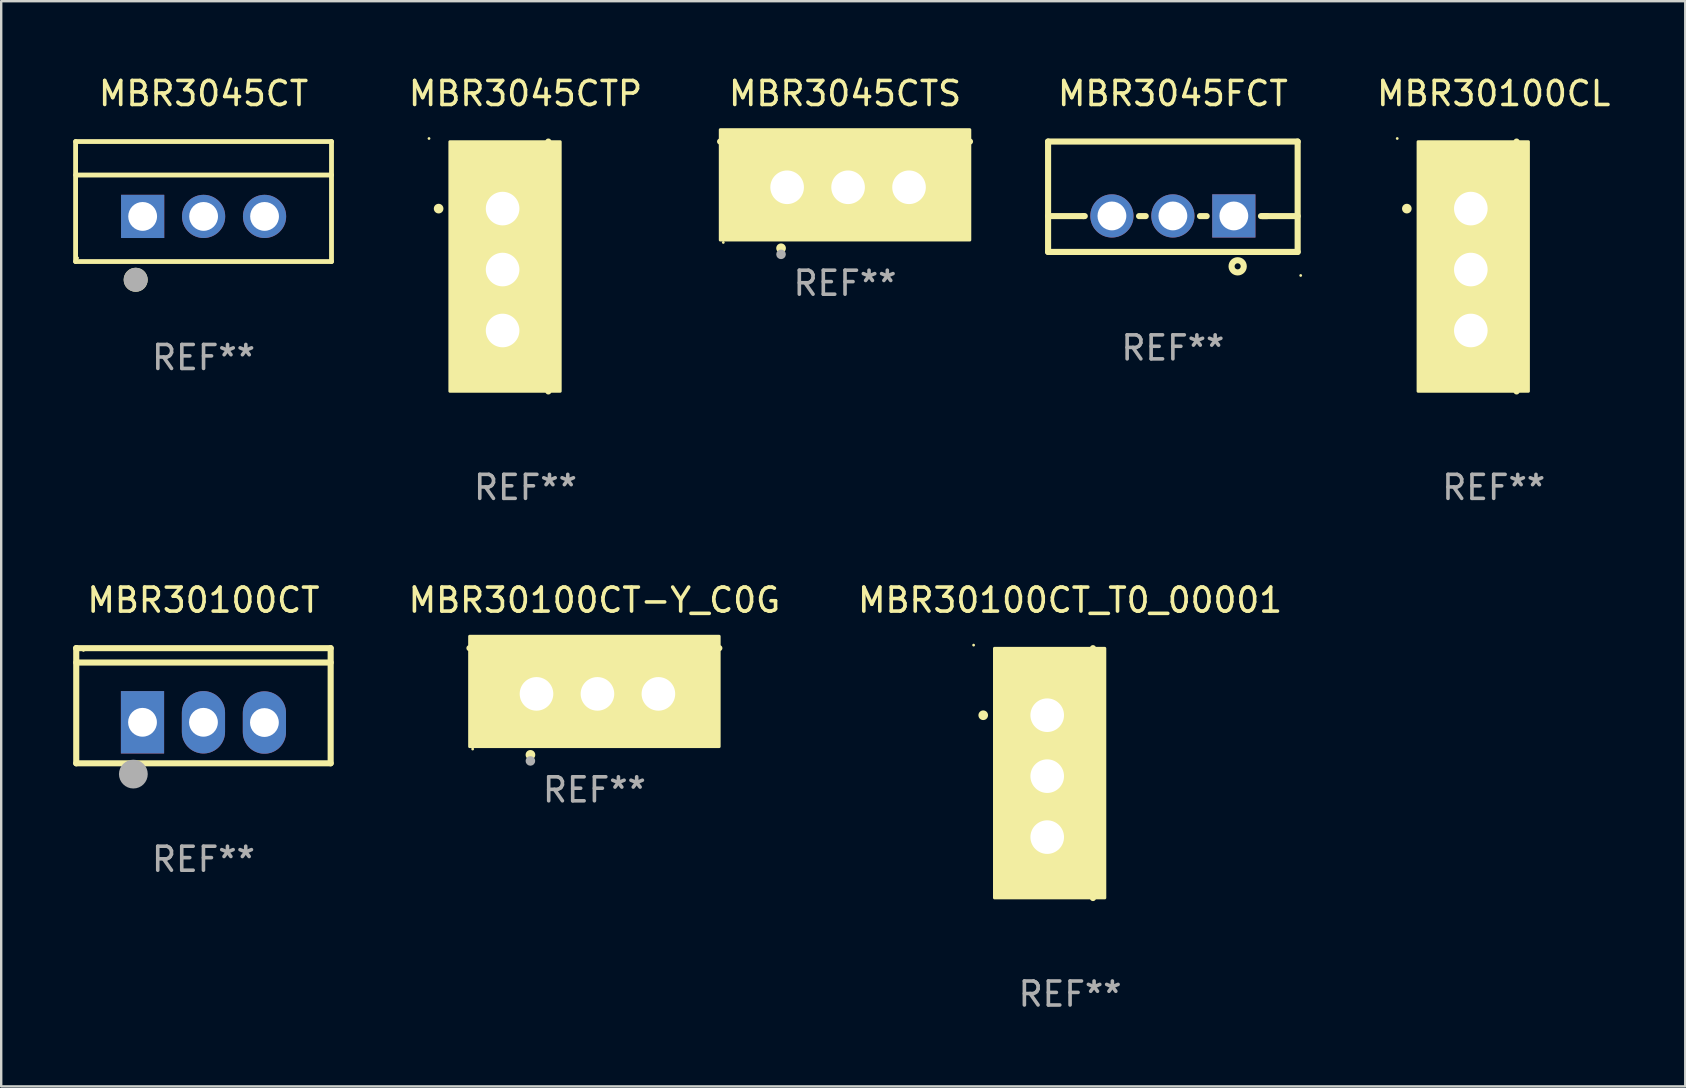
<source format=kicad_pcb>
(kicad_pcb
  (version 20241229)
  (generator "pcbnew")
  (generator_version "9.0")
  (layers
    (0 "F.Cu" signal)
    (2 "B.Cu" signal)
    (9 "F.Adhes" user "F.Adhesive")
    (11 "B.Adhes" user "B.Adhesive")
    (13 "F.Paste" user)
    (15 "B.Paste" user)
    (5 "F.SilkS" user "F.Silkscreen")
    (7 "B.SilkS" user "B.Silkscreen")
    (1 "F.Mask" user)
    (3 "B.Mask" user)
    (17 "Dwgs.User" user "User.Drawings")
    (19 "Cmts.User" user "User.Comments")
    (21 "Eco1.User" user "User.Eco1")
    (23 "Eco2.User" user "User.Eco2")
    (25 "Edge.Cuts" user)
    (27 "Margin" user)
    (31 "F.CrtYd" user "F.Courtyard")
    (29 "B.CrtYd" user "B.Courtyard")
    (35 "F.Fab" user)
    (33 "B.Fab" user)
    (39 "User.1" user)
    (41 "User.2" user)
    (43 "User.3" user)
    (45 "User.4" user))
  (footprint "MBR30100CT-Y_C0G"
    (layer "F.Cu")
    (at 21.719 24.911)
    (property "Reference" "MBR30100CT-Y_C0G" (at 0 -2.953 0) (layer "F.SilkS") (effects (font (size 1 1) (thickness 0.15))))
    (attr through_hole)
    (fp_line (start 5.207 -0.953) (end -5.207 -0.953) (stroke (width 0.254) (type solid)) (layer "F.SilkS"))
    (fp_arc (start -2.66698 3.49252) (mid -2.66571 3.492516) (end -2.66444 3.49252) (stroke (width 0.4) (type solid)) (layer "F.SilkS"))
    (fp_circle (center -5.073 3.252) (end -5.043 3.252) (stroke (width 0.06) (type solid)) (fill no) (layer "F.SilkS"))
    (fp_poly (pts (xy -5.2 -1.448) (xy 5.2 -1.448) (xy 5.2 3.152) (xy -5.2 3.152)) (stroke (width 0.12) (type solid)) (fill yes) (layer "F.SilkS"))
    (fp_circle (center -2.667 3.747) (end -2.567 3.747) (stroke (width 0.2) (type solid)) (fill no) (layer "F.Fab"))
    (fp_text user "REF**" (at 0 4.953 0) (layer "F.Fab") (effects (font (size 1 1) (thickness 0.15))))
    (pad "1" thru_hole rect (at -2.413 0.953) (size 2 2.5) (drill 1.4) (layers "*.Cu" "*.Mask"))
    (pad "2" thru_hole oval (at 0.127 0.953) (size 2 2.5) (drill 1.4) (layers "*.Cu" "*.Mask"))
    (pad "3" thru_hole oval (at 2.667 0.953) (size 2 2.5) (drill 1.4) (layers "*.Cu" "*.Mask")))
  (footprint "MBR30100CT_T0_00001"
    (layer "F.Cu")
    (at 41.541 29.166)
    (property "Reference" "MBR30100CT_T0_00001" (at 0 -7.207 0) (layer "F.SilkS") (effects (font (size 1 1) (thickness 0.15))))
    (attr through_hole)
    (fp_line (start 0.953 5.207) (end 0.953 -5.207) (stroke (width 0.254) (type solid)) (layer "F.SilkS"))
    (fp_arc (start -3.619507 -2.410465) (mid -3.619511 -2.411735) (end -3.619507 -2.413005) (stroke (width 0.4) (type solid)) (layer "F.SilkS"))
    (fp_circle (center -4.02 -5.334) (end -3.99 -5.334) (stroke (width 0.06) (type solid)) (fill no) (layer "F.SilkS"))
    (fp_poly (pts (xy -3.152 -5.2) (xy 1.448 -5.2) (xy 1.448 5.2) (xy -3.152 5.2)) (stroke (width 0.12) (type solid)) (fill yes) (layer "F.SilkS"))
    (fp_text user "REF**" (at 0 9.207 0) (layer "F.Fab") (effects (font (size 1 1) (thickness 0.15))))
    (pad "1" thru_hole rect (at -0.953 -2.413 270) (size 2 2.5) (drill 1.4) (layers "*.Cu" "*.Mask"))
    (pad "2" thru_hole oval (at -0.953 0.127 270) (size 2 2.5) (drill 1.4) (layers "*.Cu" "*.Mask"))
    (pad "3" thru_hole oval (at -0.953 2.667 270) (size 2 2.5) (drill 1.4) (layers "*.Cu" "*.Mask")))
  (footprint "MBR30100CT"
    (layer "F.Cu")
    (at 5.428 26.358)
    (property "Reference" "MBR30100CT" (at 0 -4.399 0) (layer "F.SilkS") (effects (font (size 1 1) (thickness 0.15))))
    (attr through_hole)
    (fp_line (start -5.301 -2.399) (end 5.301 -2.399) (stroke (width 0.254) (type solid)) (layer "F.SilkS"))
    (fp_line (start -5.301 -2.394) (end -5.301 -2.399) (stroke (width 0.254) (type solid)) (layer "F.SilkS"))
    (fp_line (start -5.301 2.399) (end -5.301 -2.394) (stroke (width 0.254) (type solid)) (layer "F.SilkS"))
    (fp_line (start 5.3 -1.8) (end -5.3 -1.8) (stroke (width 0.254) (type solid)) (layer "F.SilkS"))
    (fp_line (start 5.301 -2.399) (end 5.301 2.399) (stroke (width 0.254) (type solid)) (layer "F.SilkS"))
    (fp_line (start 5.301 2.399) (end -5.301 2.399) (stroke (width 0.254) (type solid)) (layer "F.SilkS"))
    (fp_arc (start -2.769977 3.025032) (mid -2.768707 3.025028) (end -2.767437 3.025032) (stroke (width 0.4) (type solid)) (layer "F.SilkS"))
    (fp_circle (center -5 -2.305) (end -4.97 -2.305) (stroke (width 0.06) (type solid)) (fill no) (layer "F.SilkS"))
    (fp_circle (center -2.921 2.849) (end -2.621 2.849) (stroke (width 0.6) (type solid)) (fill no) (layer "F.Fab"))
    (fp_text user "REF**" (at 0 6.399 0) (layer "F.Fab") (effects (font (size 1 1) (thickness 0.15))))
    (pad "1" thru_hole rect (at -2.54 0.69) (size 1.8 2.6) (drill 1.2) (layers "*.Cu" "*.Mask"))
    (pad "2" thru_hole oval (at 0 0.69) (size 1.8 2.6) (drill 1.2) (layers "*.Cu" "*.Mask"))
    (pad "3" thru_hole oval (at 2.54 0.7) (size 1.8 2.6) (drill 1.2) (layers "*.Cu" "*.Mask")))
  (footprint "MBR30100CL"
    (layer "F.Cu")
    (at 59.193 8.055)
    (property "Reference" "MBR30100CL" (at 0 -7.207 0) (layer "F.SilkS") (effects (font (size 1 1) (thickness 0.15))))
    (attr through_hole)
    (fp_line (start 0.953 5.207) (end 0.953 -5.207) (stroke (width 0.254) (type solid)) (layer "F.SilkS"))
    (fp_arc (start -3.619507 -2.410465) (mid -3.619511 -2.411735) (end -3.619507 -2.413005) (stroke (width 0.4) (type solid)) (layer "F.SilkS"))
    (fp_circle (center -4.02 -5.334) (end -3.99 -5.334) (stroke (width 0.06) (type solid)) (fill no) (layer "F.SilkS"))
    (fp_poly (pts (xy -3.152 -5.2) (xy 1.448 -5.2) (xy 1.448 5.2) (xy -3.152 5.2)) (stroke (width 0.12) (type solid)) (fill yes) (layer "F.SilkS"))
    (fp_text user "REF**" (at 0 9.207 0) (layer "F.Fab") (effects (font (size 1 1) (thickness 0.15))))
    (pad "1" thru_hole rect (at -0.953 -2.413 270) (size 2 2.5) (drill 1.4) (layers "*.Cu" "*.Mask"))
    (pad "2" thru_hole oval (at -0.953 0.127 270) (size 2 2.5) (drill 1.4) (layers "*.Cu" "*.Mask"))
    (pad "3" thru_hole oval (at -0.953 2.667 270) (size 2 2.5) (drill 1.4) (layers "*.Cu" "*.Mask")))
  (footprint "MBR3045CT"
    (layer "F.Cu")
    (at 5.432 5.348)
    (property "Reference" "MBR3045CT" (at 0 -4.5 0) (layer "F.SilkS") (effects (font (size 1 1) (thickness 0.15))))
    (attr through_hole)
    (fp_line (start -5.332 2.5) (end -5.332 -2.5) (stroke (width 0.201) (type solid)) (layer "F.SilkS"))
    (fp_line (start -5.328 -2.5) (end 5.332 -2.5) (stroke (width 0.201) (type solid)) (layer "F.SilkS"))
    (fp_line (start -5.328 -1.104) (end 5.332 -1.104) (stroke (width 0.201) (type solid)) (layer "F.SilkS"))
    (fp_line (start 5.332 -2.5) (end 5.332 2.5) (stroke (width 0.201) (type solid)) (layer "F.SilkS"))
    (fp_line (start 5.332 2.5) (end -5.332 2.5) (stroke (width 0.201) (type solid)) (layer "F.SilkS"))
    (fp_circle (center -5.248 2.35) (end -5.218 2.35) (stroke (width 0.06) (type solid)) (fill no) (layer "F.SilkS"))
    (fp_circle (center -2.828 3.26) (end -2.578 3.26) (stroke (width 0.5) (type solid)) (fill no) (layer "F.SilkS"))
    (fp_circle (center -2.828 3.26) (end -2.578 3.26) (stroke (width 0.5) (type solid)) (fill no) (layer "F.Fab"))
    (fp_text user "REF**" (at 0 6.5 0) (layer "F.Fab") (effects (font (size 1 1) (thickness 0.15))))
    (pad "1" thru_hole rect (at -2.538 0.62) (size 1.8 1.8) (drill 1.2) (layers "*.Cu" "*.Mask"))
    (pad "2" thru_hole circle (at 0.002 0.62) (size 1.8 1.8) (drill 1.2) (layers "*.Cu" "*.Mask"))
    (pad "3" thru_hole circle (at 2.542 0.62) (size 1.8 1.8) (drill 1.2) (layers "*.Cu" "*.Mask")))
  (footprint "MBR3045FCT"
    (layer "F.Cu")
    (at 45.824 5.148)
    (property "Reference" "MBR3045FCT" (at 0 -4.3 0) (layer "F.SilkS") (effects (font (size 1 1) (thickness 0.15))))
    (attr through_hole)
    (fp_line (start -5.2 -2.3) (end -5.2 2.3) (stroke (width 0.254) (type solid)) (layer "F.SilkS"))
    (fp_line (start -5.2 -2.3) (end 5.2 -2.3) (stroke (width 0.254) (type solid)) (layer "F.SilkS"))
    (fp_line (start -5.2 0.807) (end -3.731 0.807) (stroke (width 0.254) (type solid)) (layer "F.SilkS"))
    (fp_line (start -5.2 2.3) (end 5.2 2.3) (stroke (width 0.254) (type solid)) (layer "F.SilkS"))
    (fp_line (start -3.731 0.807) (end -3.671 0.807) (stroke (width 0.254) (type solid)) (layer "F.SilkS"))
    (fp_line (start -1.409 0.807) (end -1.131 0.807) (stroke (width 0.254) (type solid)) (layer "F.SilkS"))
    (fp_line (start 1.131 0.807) (end 1.409 0.807) (stroke (width 0.254) (type solid)) (layer "F.SilkS"))
    (fp_line (start 3.671 0.807) (end 3.926 0.807) (stroke (width 0.254) (type solid)) (layer "F.SilkS"))
    (fp_line (start 3.731 0.807) (end 5.2 0.807) (stroke (width 0.254) (type solid)) (layer "F.SilkS"))
    (fp_line (start 5.2 -2.3) (end 5.2 2.3) (stroke (width 0.254) (type solid)) (layer "F.SilkS"))
    (fp_circle (center 2.7 2.9) (end 2.954 2.9) (stroke (width 0.254) (type solid)) (fill no) (layer "F.SilkS"))
    (fp_circle (center 5.327 3.281) (end 5.357 3.281) (stroke (width 0.06) (type solid)) (fill no) (layer "F.SilkS"))
    (fp_text user "REF**" (at 0 6.3 0) (layer "F.Fab") (effects (font (size 1 1) (thickness 0.15))))
    (pad "1" thru_hole rect (at 2.54 0.8) (size 1.8 1.8) (drill 1.2) (layers "*.Cu" "*.Mask"))
    (pad "2" thru_hole circle (at 0 0.8) (size 1.8 1.8) (drill 1.2) (layers "*.Cu" "*.Mask"))
    (pad "3" thru_hole circle (at -2.54 0.8) (size 1.8 1.8) (drill 1.2) (layers "*.Cu" "*.Mask")))
  (footprint "MBR3045CTP"
    (layer "F.Cu")
    (at 18.847 8.055)
    (property "Reference" "MBR3045CTP" (at 0 -7.207 0) (layer "F.SilkS") (effects (font (size 1 1) (thickness 0.15))))
    (attr through_hole)
    (fp_line (start 0.953 5.207) (end 0.953 -5.207) (stroke (width 0.254) (type solid)) (layer "F.SilkS"))
    (fp_arc (start -3.619507 -2.410465) (mid -3.619511 -2.411735) (end -3.619507 -2.413005) (stroke (width 0.4) (type solid)) (layer "F.SilkS"))
    (fp_circle (center -4.02 -5.334) (end -3.99 -5.334) (stroke (width 0.06) (type solid)) (fill no) (layer "F.SilkS"))
    (fp_poly (pts (xy -3.152 -5.2) (xy 1.448 -5.2) (xy 1.448 5.2) (xy -3.152 5.2)) (stroke (width 0.12) (type solid)) (fill yes) (layer "F.SilkS"))
    (fp_text user "REF**" (at 0 9.207 0) (layer "F.Fab") (effects (font (size 1 1) (thickness 0.15))))
    (pad "1" thru_hole rect (at -0.953 -2.413 270) (size 2 2.5) (drill 1.4) (layers "*.Cu" "*.Mask"))
    (pad "2" thru_hole oval (at -0.953 0.127 270) (size 2 2.5) (drill 1.4) (layers "*.Cu" "*.Mask"))
    (pad "3" thru_hole oval (at -0.953 2.667 270) (size 2 2.5) (drill 1.4) (layers "*.Cu" "*.Mask")))
  (footprint "MBR3045CTS"
    (layer "F.Cu")
    (at 32.163 3.801)
    (property "Reference" "MBR3045CTS" (at 0 -2.953 0) (layer "F.SilkS") (effects (font (size 1 1) (thickness 0.15))))
    (attr through_hole)
    (fp_line (start 5.207 -0.953) (end -5.207 -0.953) (stroke (width 0.254) (type solid)) (layer "F.SilkS"))
    (fp_arc (start -2.66698 3.49252) (mid -2.66571 3.492516) (end -2.66444 3.49252) (stroke (width 0.4) (type solid)) (layer "F.SilkS"))
    (fp_circle (center -5.073 3.252) (end -5.043 3.252) (stroke (width 0.06) (type solid)) (fill no) (layer "F.SilkS"))
    (fp_poly (pts (xy -5.2 -1.448) (xy 5.2 -1.448) (xy 5.2 3.152) (xy -5.2 3.152)) (stroke (width 0.12) (type solid)) (fill yes) (layer "F.SilkS"))
    (fp_circle (center -2.667 3.747) (end -2.567 3.747) (stroke (width 0.2) (type solid)) (fill no) (layer "F.Fab"))
    (fp_text user "REF**" (at 0 4.953 0) (layer "F.Fab") (effects (font (size 1 1) (thickness 0.15))))
    (pad "1" thru_hole rect (at -2.413 0.953) (size 2 2.5) (drill 1.4) (layers "*.Cu" "*.Mask"))
    (pad "2" thru_hole oval (at 0.127 0.953) (size 2 2.5) (drill 1.4) (layers "*.Cu" "*.Mask"))
    (pad "3" thru_hole oval (at 2.667 0.953) (size 2 2.5) (drill 1.4) (layers "*.Cu" "*.Mask")))
  (gr_rect
    (start -3 -3)
    (end 67.175 42.221)
    (stroke (width 0.1) (type default))
    (fill no)
    (layer "Edge.Cuts")))
</source>
